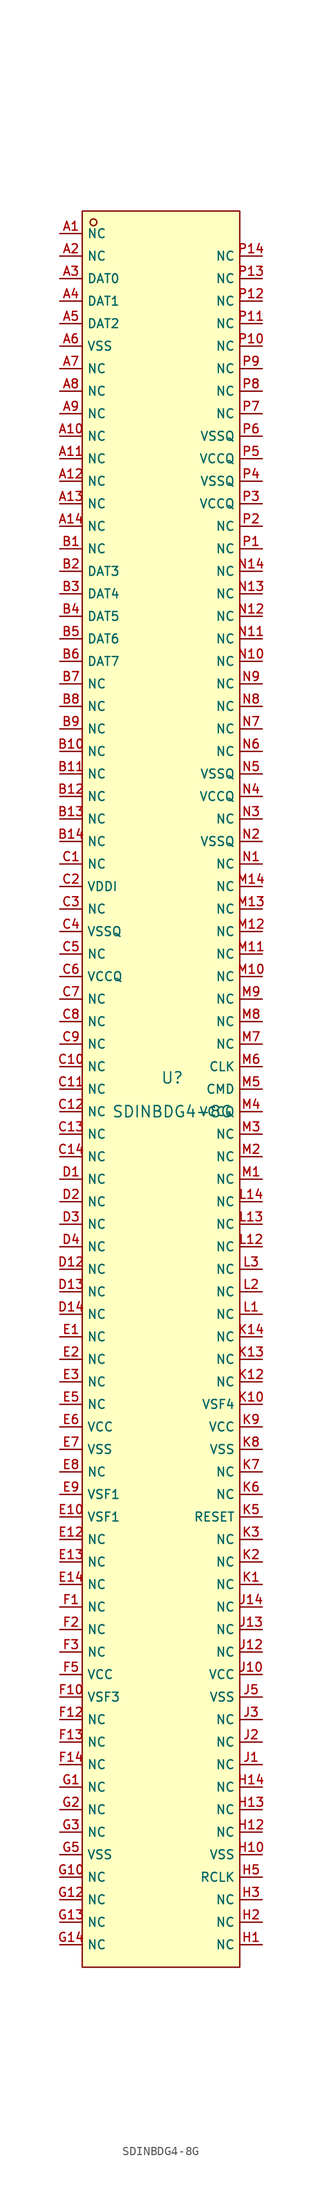
<source format=kicad_sym>
(kicad_symbol_lib
  (version 20210201)
  (generator TousstNicolas/JLC2KiCad_lib)
  (symbol "SDINBDG4-8G"
    (property "Reference" "U"
      (at 0 1.27 0)
      (effects (font (size 1.27 1.27))))
    (property "Value" "SDINBDG4-8G"
      (at 0 -2.54 0)
      (effects (font (size 1.27 1.27))))
    (symbol "SDINBDG4-8G_0_1"
      (rectangle (start -10.16 99.06) (end 7.62 -99.06) (stroke (width 0) (type default) (color 0 0 0 0)) (fill (type background)))
      (circle (center -8.89 97.79) (radius 0.381) (stroke (width 0) (type default) (color 0 0 0 0)) (fill (type background)))
      (pin unspecified line (at -12.7 96.52 0) (length 2.54) (name "NC" (effects (font (size 1 1)))) (number "A1" (effects (font (size 1 1)))))
      (pin unspecified line (at -12.7 93.98 0) (length 2.54) (name "NC" (effects (font (size 1 1)))) (number "A2" (effects (font (size 1 1)))))
      (pin unspecified line (at -12.7 91.44 0) (length 2.54) (name "DAT0" (effects (font (size 1 1)))) (number "A3" (effects (font (size 1 1)))))
      (pin unspecified line (at -12.7 88.9 0) (length 2.54) (name "DAT1" (effects (font (size 1 1)))) (number "A4" (effects (font (size 1 1)))))
      (pin unspecified line (at -12.7 86.36 0) (length 2.54) (name "DAT2" (effects (font (size 1 1)))) (number "A5" (effects (font (size 1 1)))))
      (pin unspecified line (at -12.7 83.82 0) (length 2.54) (name "VSS" (effects (font (size 1 1)))) (number "A6" (effects (font (size 1 1)))))
      (pin unspecified line (at -12.7 81.28 0) (length 2.54) (name "NC" (effects (font (size 1 1)))) (number "A7" (effects (font (size 1 1)))))
      (pin unspecified line (at -12.7 78.74 0) (length 2.54) (name "NC" (effects (font (size 1 1)))) (number "A8" (effects (font (size 1 1)))))
      (pin unspecified line (at -12.7 76.2 0) (length 2.54) (name "NC" (effects (font (size 1 1)))) (number "A9" (effects (font (size 1 1)))))
      (pin unspecified line (at -12.7 73.66 0) (length 2.54) (name "NC" (effects (font (size 1 1)))) (number "A10" (effects (font (size 1 1)))))
      (pin unspecified line (at -12.7 71.12 0) (length 2.54) (name "NC" (effects (font (size 1 1)))) (number "A11" (effects (font (size 1 1)))))
      (pin unspecified line (at -12.7 68.58 0) (length 2.54) (name "NC" (effects (font (size 1 1)))) (number "A12" (effects (font (size 1 1)))))
      (pin unspecified line (at -12.7 66.04 0) (length 2.54) (name "NC" (effects (font (size 1 1)))) (number "A13" (effects (font (size 1 1)))))
      (pin unspecified line (at -12.7 63.5 0) (length 2.54) (name "NC" (effects (font (size 1 1)))) (number "A14" (effects (font (size 1 1)))))
      (pin unspecified line (at -12.7 60.96 0) (length 2.54) (name "NC" (effects (font (size 1 1)))) (number "B1" (effects (font (size 1 1)))))
      (pin unspecified line (at -12.7 58.42 0) (length 2.54) (name "DAT3" (effects (font (size 1 1)))) (number "B2" (effects (font (size 1 1)))))
      (pin unspecified line (at -12.7 55.88 0) (length 2.54) (name "DAT4" (effects (font (size 1 1)))) (number "B3" (effects (font (size 1 1)))))
      (pin unspecified line (at -12.7 53.34 0) (length 2.54) (name "DAT5" (effects (font (size 1 1)))) (number "B4" (effects (font (size 1 1)))))
      (pin unspecified line (at -12.7 50.8 0) (length 2.54) (name "DAT6" (effects (font (size 1 1)))) (number "B5" (effects (font (size 1 1)))))
      (pin unspecified line (at -12.7 48.26 0) (length 2.54) (name "DAT7" (effects (font (size 1 1)))) (number "B6" (effects (font (size 1 1)))))
      (pin unspecified line (at -12.7 45.72 0) (length 2.54) (name "NC" (effects (font (size 1 1)))) (number "B7" (effects (font (size 1 1)))))
      (pin unspecified line (at -12.7 43.18 0) (length 2.54) (name "NC" (effects (font (size 1 1)))) (number "B8" (effects (font (size 1 1)))))
      (pin unspecified line (at -12.7 40.64 0) (length 2.54) (name "NC" (effects (font (size 1 1)))) (number "B9" (effects (font (size 1 1)))))
      (pin unspecified line (at -12.7 38.1 0) (length 2.54) (name "NC" (effects (font (size 1 1)))) (number "B10" (effects (font (size 1 1)))))
      (pin unspecified line (at -12.7 35.56 0) (length 2.54) (name "NC" (effects (font (size 1 1)))) (number "B11" (effects (font (size 1 1)))))
      (pin unspecified line (at -12.7 33.02 0) (length 2.54) (name "NC" (effects (font (size 1 1)))) (number "B12" (effects (font (size 1 1)))))
      (pin unspecified line (at -12.7 30.48 0) (length 2.54) (name "NC" (effects (font (size 1 1)))) (number "B13" (effects (font (size 1 1)))))
      (pin unspecified line (at -12.7 27.94 0) (length 2.54) (name "NC" (effects (font (size 1 1)))) (number "B14" (effects (font (size 1 1)))))
      (pin unspecified line (at -12.7 25.4 0) (length 2.54) (name "NC" (effects (font (size 1 1)))) (number "C1" (effects (font (size 1 1)))))
      (pin unspecified line (at -12.7 22.86 0) (length 2.54) (name "VDDI" (effects (font (size 1 1)))) (number "C2" (effects (font (size 1 1)))))
      (pin unspecified line (at -12.7 20.32 0) (length 2.54) (name "NC" (effects (font (size 1 1)))) (number "C3" (effects (font (size 1 1)))))
      (pin unspecified line (at -12.7 17.78 0) (length 2.54) (name "VSSQ" (effects (font (size 1 1)))) (number "C4" (effects (font (size 1 1)))))
      (pin unspecified line (at -12.7 15.24 0) (length 2.54) (name "NC" (effects (font (size 1 1)))) (number "C5" (effects (font (size 1 1)))))
      (pin unspecified line (at -12.7 12.7 0) (length 2.54) (name "VCCQ" (effects (font (size 1 1)))) (number "C6" (effects (font (size 1 1)))))
      (pin unspecified line (at -12.7 10.16 0) (length 2.54) (name "NC" (effects (font (size 1 1)))) (number "C7" (effects (font (size 1 1)))))
      (pin unspecified line (at -12.7 7.62 0) (length 2.54) (name "NC" (effects (font (size 1 1)))) (number "C8" (effects (font (size 1 1)))))
      (pin unspecified line (at -12.7 5.08 0) (length 2.54) (name "NC" (effects (font (size 1 1)))) (number "C9" (effects (font (size 1 1)))))
      (pin unspecified line (at -12.7 2.54 0) (length 2.54) (name "NC" (effects (font (size 1 1)))) (number "C10" (effects (font (size 1 1)))))
      (pin unspecified line (at -12.7 -0.0 0) (length 2.54) (name "NC" (effects (font (size 1 1)))) (number "C11" (effects (font (size 1 1)))))
      (pin unspecified line (at -12.7 -2.54 0) (length 2.54) (name "NC" (effects (font (size 1 1)))) (number "C12" (effects (font (size 1 1)))))
      (pin unspecified line (at -12.7 -5.08 0) (length 2.54) (name "NC" (effects (font (size 1 1)))) (number "C13" (effects (font (size 1 1)))))
      (pin unspecified line (at -12.7 -7.62 0) (length 2.54) (name "NC" (effects (font (size 1 1)))) (number "C14" (effects (font (size 1 1)))))
      (pin unspecified line (at -12.7 -10.16 0) (length 2.54) (name "NC" (effects (font (size 1 1)))) (number "D1" (effects (font (size 1 1)))))
      (pin unspecified line (at -12.7 -12.7 0) (length 2.54) (name "NC" (effects (font (size 1 1)))) (number "D2" (effects (font (size 1 1)))))
      (pin unspecified line (at -12.7 -15.24 0) (length 2.54) (name "NC" (effects (font (size 1 1)))) (number "D3" (effects (font (size 1 1)))))
      (pin unspecified line (at -12.7 -17.78 0) (length 2.54) (name "NC" (effects (font (size 1 1)))) (number "D4" (effects (font (size 1 1)))))
      (pin unspecified line (at -12.7 -20.32 0) (length 2.54) (name "NC" (effects (font (size 1 1)))) (number "D12" (effects (font (size 1 1)))))
      (pin unspecified line (at -12.7 -22.86 0) (length 2.54) (name "NC" (effects (font (size 1 1)))) (number "D13" (effects (font (size 1 1)))))
      (pin unspecified line (at -12.7 -25.4 0) (length 2.54) (name "NC" (effects (font (size 1 1)))) (number "D14" (effects (font (size 1 1)))))
      (pin unspecified line (at -12.7 -27.94 0) (length 2.54) (name "NC" (effects (font (size 1 1)))) (number "E1" (effects (font (size 1 1)))))
      (pin unspecified line (at -12.7 -30.48 0) (length 2.54) (name "NC" (effects (font (size 1 1)))) (number "E2" (effects (font (size 1 1)))))
      (pin unspecified line (at -12.7 -33.02 0) (length 2.54) (name "NC" (effects (font (size 1 1)))) (number "E3" (effects (font (size 1 1)))))
      (pin unspecified line (at -12.7 -35.56 0) (length 2.54) (name "NC" (effects (font (size 1 1)))) (number "E5" (effects (font (size 1 1)))))
      (pin unspecified line (at -12.7 -38.1 0) (length 2.54) (name "VCC" (effects (font (size 1 1)))) (number "E6" (effects (font (size 1 1)))))
      (pin unspecified line (at -12.7 -40.64 0) (length 2.54) (name "VSS" (effects (font (size 1 1)))) (number "E7" (effects (font (size 1 1)))))
      (pin unspecified line (at -12.7 -43.18 0) (length 2.54) (name "NC" (effects (font (size 1 1)))) (number "E8" (effects (font (size 1 1)))))
      (pin unspecified line (at -12.7 -45.72 0) (length 2.54) (name "VSF1" (effects (font (size 1 1)))) (number "E9" (effects (font (size 1 1)))))
      (pin unspecified line (at -12.7 -48.26 0) (length 2.54) (name "VSF1" (effects (font (size 1 1)))) (number "E10" (effects (font (size 1 1)))))
      (pin unspecified line (at -12.7 -50.8 0) (length 2.54) (name "NC" (effects (font (size 1 1)))) (number "E12" (effects (font (size 1 1)))))
      (pin unspecified line (at -12.7 -53.34 0) (length 2.54) (name "NC" (effects (font (size 1 1)))) (number "E13" (effects (font (size 1 1)))))
      (pin unspecified line (at -12.7 -55.88 0) (length 2.54) (name "NC" (effects (font (size 1 1)))) (number "E14" (effects (font (size 1 1)))))
      (pin unspecified line (at -12.7 -58.42 0) (length 2.54) (name "NC" (effects (font (size 1 1)))) (number "F1" (effects (font (size 1 1)))))
      (pin unspecified line (at -12.7 -60.96 0) (length 2.54) (name "NC" (effects (font (size 1 1)))) (number "F2" (effects (font (size 1 1)))))
      (pin unspecified line (at -12.7 -63.5 0) (length 2.54) (name "NC" (effects (font (size 1 1)))) (number "F3" (effects (font (size 1 1)))))
      (pin unspecified line (at -12.7 -66.04 0) (length 2.54) (name "VCC" (effects (font (size 1 1)))) (number "F5" (effects (font (size 1 1)))))
      (pin unspecified line (at -12.7 -68.58 0) (length 2.54) (name "VSF3" (effects (font (size 1 1)))) (number "F10" (effects (font (size 1 1)))))
      (pin unspecified line (at -12.7 -71.12 0) (length 2.54) (name "NC" (effects (font (size 1 1)))) (number "F12" (effects (font (size 1 1)))))
      (pin unspecified line (at -12.7 -73.66 0) (length 2.54) (name "NC" (effects (font (size 1 1)))) (number "F13" (effects (font (size 1 1)))))
      (pin unspecified line (at -12.7 -76.2 0) (length 2.54) (name "NC" (effects (font (size 1 1)))) (number "F14" (effects (font (size 1 1)))))
      (pin unspecified line (at -12.7 -78.74 0) (length 2.54) (name "NC" (effects (font (size 1 1)))) (number "G1" (effects (font (size 1 1)))))
      (pin unspecified line (at -12.7 -81.28 0) (length 2.54) (name "NC" (effects (font (size 1 1)))) (number "G2" (effects (font (size 1 1)))))
      (pin unspecified line (at -12.7 -83.82 0) (length 2.54) (name "NC" (effects (font (size 1 1)))) (number "G3" (effects (font (size 1 1)))))
      (pin unspecified line (at -12.7 -86.36 0) (length 2.54) (name "VSS" (effects (font (size 1 1)))) (number "G5" (effects (font (size 1 1)))))
      (pin unspecified line (at -12.7 -88.9 0) (length 2.54) (name "NC" (effects (font (size 1 1)))) (number "G10" (effects (font (size 1 1)))))
      (pin unspecified line (at -12.7 -91.44 0) (length 2.54) (name "NC" (effects (font (size 1 1)))) (number "G12" (effects (font (size 1 1)))))
      (pin unspecified line (at -12.7 -93.98 0) (length 2.54) (name "NC" (effects (font (size 1 1)))) (number "G13" (effects (font (size 1 1)))))
      (pin unspecified line (at -12.7 -96.52 0) (length 2.54) (name "NC" (effects (font (size 1 1)))) (number "G14" (effects (font (size 1 1)))))
      (pin unspecified line (at 10.16 -96.52 180) (length 2.54) (name "NC" (effects (font (size 1 1)))) (number "H1" (effects (font (size 1 1)))))
      (pin unspecified line (at 10.16 -93.98 180) (length 2.54) (name "NC" (effects (font (size 1 1)))) (number "H2" (effects (font (size 1 1)))))
      (pin unspecified line (at 10.16 -91.44 180) (length 2.54) (name "NC" (effects (font (size 1 1)))) (number "H3" (effects (font (size 1 1)))))
      (pin unspecified line (at 10.16 -88.9 180) (length 2.54) (name "RCLK" (effects (font (size 1 1)))) (number "H5" (effects (font (size 1 1)))))
      (pin unspecified line (at 10.16 -86.36 180) (length 2.54) (name "VSS" (effects (font (size 1 1)))) (number "H10" (effects (font (size 1 1)))))
      (pin unspecified line (at 10.16 -83.82 180) (length 2.54) (name "NC" (effects (font (size 1 1)))) (number "H12" (effects (font (size 1 1)))))
      (pin unspecified line (at 10.16 -81.28 180) (length 2.54) (name "NC" (effects (font (size 1 1)))) (number "H13" (effects (font (size 1 1)))))
      (pin unspecified line (at 10.16 -78.74 180) (length 2.54) (name "NC" (effects (font (size 1 1)))) (number "H14" (effects (font (size 1 1)))))
      (pin unspecified line (at 10.16 -76.2 180) (length 2.54) (name "NC" (effects (font (size 1 1)))) (number "J1" (effects (font (size 1 1)))))
      (pin unspecified line (at 10.16 -73.66 180) (length 2.54) (name "NC" (effects (font (size 1 1)))) (number "J2" (effects (font (size 1 1)))))
      (pin unspecified line (at 10.16 -71.12 180) (length 2.54) (name "NC" (effects (font (size 1 1)))) (number "J3" (effects (font (size 1 1)))))
      (pin unspecified line (at 10.16 -68.58 180) (length 2.54) (name "VSS" (effects (font (size 1 1)))) (number "J5" (effects (font (size 1 1)))))
      (pin unspecified line (at 10.16 -66.04 180) (length 2.54) (name "VCC" (effects (font (size 1 1)))) (number "J10" (effects (font (size 1 1)))))
      (pin unspecified line (at 10.16 -63.5 180) (length 2.54) (name "NC" (effects (font (size 1 1)))) (number "J12" (effects (font (size 1 1)))))
      (pin unspecified line (at 10.16 -60.96 180) (length 2.54) (name "NC" (effects (font (size 1 1)))) (number "J13" (effects (font (size 1 1)))))
      (pin unspecified line (at 10.16 -58.42 180) (length 2.54) (name "NC" (effects (font (size 1 1)))) (number "J14" (effects (font (size 1 1)))))
      (pin unspecified line (at 10.16 -55.88 180) (length 2.54) (name "NC" (effects (font (size 1 1)))) (number "K1" (effects (font (size 1 1)))))
      (pin unspecified line (at 10.16 -53.34 180) (length 2.54) (name "NC" (effects (font (size 1 1)))) (number "K2" (effects (font (size 1 1)))))
      (pin unspecified line (at 10.16 -50.8 180) (length 2.54) (name "NC" (effects (font (size 1 1)))) (number "K3" (effects (font (size 1 1)))))
      (pin unspecified line (at 10.16 -48.26 180) (length 2.54) (name "RESET" (effects (font (size 1 1)))) (number "K5" (effects (font (size 1 1)))))
      (pin unspecified line (at 10.16 -45.72 180) (length 2.54) (name "NC" (effects (font (size 1 1)))) (number "K6" (effects (font (size 1 1)))))
      (pin unspecified line (at 10.16 -43.18 180) (length 2.54) (name "NC" (effects (font (size 1 1)))) (number "K7" (effects (font (size 1 1)))))
      (pin unspecified line (at 10.16 -40.64 180) (length 2.54) (name "VSS" (effects (font (size 1 1)))) (number "K8" (effects (font (size 1 1)))))
      (pin unspecified line (at 10.16 -38.1 180) (length 2.54) (name "VCC" (effects (font (size 1 1)))) (number "K9" (effects (font (size 1 1)))))
      (pin unspecified line (at 10.16 -35.56 180) (length 2.54) (name "VSF4" (effects (font (size 1 1)))) (number "K10" (effects (font (size 1 1)))))
      (pin unspecified line (at 10.16 -33.02 180) (length 2.54) (name "NC" (effects (font (size 1 1)))) (number "K12" (effects (font (size 1 1)))))
      (pin unspecified line (at 10.16 -30.48 180) (length 2.54) (name "NC" (effects (font (size 1 1)))) (number "K13" (effects (font (size 1 1)))))
      (pin unspecified line (at 10.16 -27.94 180) (length 2.54) (name "NC" (effects (font (size 1 1)))) (number "K14" (effects (font (size 1 1)))))
      (pin unspecified line (at 10.16 -25.4 180) (length 2.54) (name "NC" (effects (font (size 1 1)))) (number "L1" (effects (font (size 1 1)))))
      (pin unspecified line (at 10.16 -22.86 180) (length 2.54) (name "NC" (effects (font (size 1 1)))) (number "L2" (effects (font (size 1 1)))))
      (pin unspecified line (at 10.16 -20.32 180) (length 2.54) (name "NC" (effects (font (size 1 1)))) (number "L3" (effects (font (size 1 1)))))
      (pin unspecified line (at 10.16 -17.78 180) (length 2.54) (name "NC" (effects (font (size 1 1)))) (number "L12" (effects (font (size 1 1)))))
      (pin unspecified line (at 10.16 -15.24 180) (length 2.54) (name "NC" (effects (font (size 1 1)))) (number "L13" (effects (font (size 1 1)))))
      (pin unspecified line (at 10.16 -12.7 180) (length 2.54) (name "NC" (effects (font (size 1 1)))) (number "L14" (effects (font (size 1 1)))))
      (pin unspecified line (at 10.16 -10.16 180) (length 2.54) (name "NC" (effects (font (size 1 1)))) (number "M1" (effects (font (size 1 1)))))
      (pin unspecified line (at 10.16 -7.62 180) (length 2.54) (name "NC" (effects (font (size 1 1)))) (number "M2" (effects (font (size 1 1)))))
      (pin unspecified line (at 10.16 -5.08 180) (length 2.54) (name "NC" (effects (font (size 1 1)))) (number "M3" (effects (font (size 1 1)))))
      (pin unspecified line (at 10.16 -2.54 180) (length 2.54) (name "VCCQ" (effects (font (size 1 1)))) (number "M4" (effects (font (size 1 1)))))
      (pin unspecified line (at 10.16 -0.0 180) (length 2.54) (name "CMD" (effects (font (size 1 1)))) (number "M5" (effects (font (size 1 1)))))
      (pin unspecified line (at 10.16 2.54 180) (length 2.54) (name "CLK" (effects (font (size 1 1)))) (number "M6" (effects (font (size 1 1)))))
      (pin unspecified line (at 10.16 5.08 180) (length 2.54) (name "NC" (effects (font (size 1 1)))) (number "M7" (effects (font (size 1 1)))))
      (pin unspecified line (at 10.16 7.62 180) (length 2.54) (name "NC" (effects (font (size 1 1)))) (number "M8" (effects (font (size 1 1)))))
      (pin unspecified line (at 10.16 10.16 180) (length 2.54) (name "NC" (effects (font (size 1 1)))) (number "M9" (effects (font (size 1 1)))))
      (pin unspecified line (at 10.16 12.7 180) (length 2.54) (name "NC" (effects (font (size 1 1)))) (number "M10" (effects (font (size 1 1)))))
      (pin unspecified line (at 10.16 15.24 180) (length 2.54) (name "NC" (effects (font (size 1 1)))) (number "M11" (effects (font (size 1 1)))))
      (pin unspecified line (at 10.16 17.78 180) (length 2.54) (name "NC" (effects (font (size 1 1)))) (number "M12" (effects (font (size 1 1)))))
      (pin unspecified line (at 10.16 20.32 180) (length 2.54) (name "NC" (effects (font (size 1 1)))) (number "M13" (effects (font (size 1 1)))))
      (pin unspecified line (at 10.16 22.86 180) (length 2.54) (name "NC" (effects (font (size 1 1)))) (number "M14" (effects (font (size 1 1)))))
      (pin unspecified line (at 10.16 25.4 180) (length 2.54) (name "NC" (effects (font (size 1 1)))) (number "N1" (effects (font (size 1 1)))))
      (pin unspecified line (at 10.16 27.94 180) (length 2.54) (name "VSSQ" (effects (font (size 1 1)))) (number "N2" (effects (font (size 1 1)))))
      (pin unspecified line (at 10.16 30.48 180) (length 2.54) (name "NC" (effects (font (size 1 1)))) (number "N3" (effects (font (size 1 1)))))
      (pin unspecified line (at 10.16 33.02 180) (length 2.54) (name "VCCQ" (effects (font (size 1 1)))) (number "N4" (effects (font (size 1 1)))))
      (pin unspecified line (at 10.16 35.56 180) (length 2.54) (name "VSSQ" (effects (font (size 1 1)))) (number "N5" (effects (font (size 1 1)))))
      (pin unspecified line (at 10.16 38.1 180) (length 2.54) (name "NC" (effects (font (size 1 1)))) (number "N6" (effects (font (size 1 1)))))
      (pin unspecified line (at 10.16 40.64 180) (length 2.54) (name "NC" (effects (font (size 1 1)))) (number "N7" (effects (font (size 1 1)))))
      (pin unspecified line (at 10.16 43.18 180) (length 2.54) (name "NC" (effects (font (size 1 1)))) (number "N8" (effects (font (size 1 1)))))
      (pin unspecified line (at 10.16 45.72 180) (length 2.54) (name "NC" (effects (font (size 1 1)))) (number "N9" (effects (font (size 1 1)))))
      (pin unspecified line (at 10.16 48.26 180) (length 2.54) (name "NC" (effects (font (size 1 1)))) (number "N10" (effects (font (size 1 1)))))
      (pin unspecified line (at 10.16 50.8 180) (length 2.54) (name "NC" (effects (font (size 1 1)))) (number "N11" (effects (font (size 1 1)))))
      (pin unspecified line (at 10.16 53.34 180) (length 2.54) (name "NC" (effects (font (size 1 1)))) (number "N12" (effects (font (size 1 1)))))
      (pin unspecified line (at 10.16 55.88 180) (length 2.54) (name "NC" (effects (font (size 1 1)))) (number "N13" (effects (font (size 1 1)))))
      (pin unspecified line (at 10.16 58.42 180) (length 2.54) (name "NC" (effects (font (size 1 1)))) (number "N14" (effects (font (size 1 1)))))
      (pin unspecified line (at 10.16 60.96 180) (length 2.54) (name "NC" (effects (font (size 1 1)))) (number "P1" (effects (font (size 1 1)))))
      (pin unspecified line (at 10.16 63.5 180) (length 2.54) (name "NC" (effects (font (size 1 1)))) (number "P2" (effects (font (size 1 1)))))
      (pin unspecified line (at 10.16 66.04 180) (length 2.54) (name "VCCQ" (effects (font (size 1 1)))) (number "P3" (effects (font (size 1 1)))))
      (pin unspecified line (at 10.16 68.58 180) (length 2.54) (name "VSSQ" (effects (font (size 1 1)))) (number "P4" (effects (font (size 1 1)))))
      (pin unspecified line (at 10.16 71.12 180) (length 2.54) (name "VCCQ" (effects (font (size 1 1)))) (number "P5" (effects (font (size 1 1)))))
      (pin unspecified line (at 10.16 73.66 180) (length 2.54) (name "VSSQ" (effects (font (size 1 1)))) (number "P6" (effects (font (size 1 1)))))
      (pin unspecified line (at 10.16 76.2 180) (length 2.54) (name "NC" (effects (font (size 1 1)))) (number "P7" (effects (font (size 1 1)))))
      (pin unspecified line (at 10.16 78.74 180) (length 2.54) (name "NC" (effects (font (size 1 1)))) (number "P8" (effects (font (size 1 1)))))
      (pin unspecified line (at 10.16 81.28 180) (length 2.54) (name "NC" (effects (font (size 1 1)))) (number "P9" (effects (font (size 1 1)))))
      (pin unspecified line (at 10.16 83.82 180) (length 2.54) (name "NC" (effects (font (size 1 1)))) (number "P10" (effects (font (size 1 1)))))
      (pin unspecified line (at 10.16 86.36 180) (length 2.54) (name "NC" (effects (font (size 1 1)))) (number "P11" (effects (font (size 1 1)))))
      (pin unspecified line (at 10.16 88.9 180) (length 2.54) (name "NC" (effects (font (size 1 1)))) (number "P12" (effects (font (size 1 1)))))
      (pin unspecified line (at 10.16 91.44 180) (length 2.54) (name "NC" (effects (font (size 1 1)))) (number "P13" (effects (font (size 1 1)))))
      (pin unspecified line (at 10.16 93.98 180) (length 2.54) (name "NC" (effects (font (size 1 1)))) (number "P14" (effects (font (size 1 1))))))))
</source>
